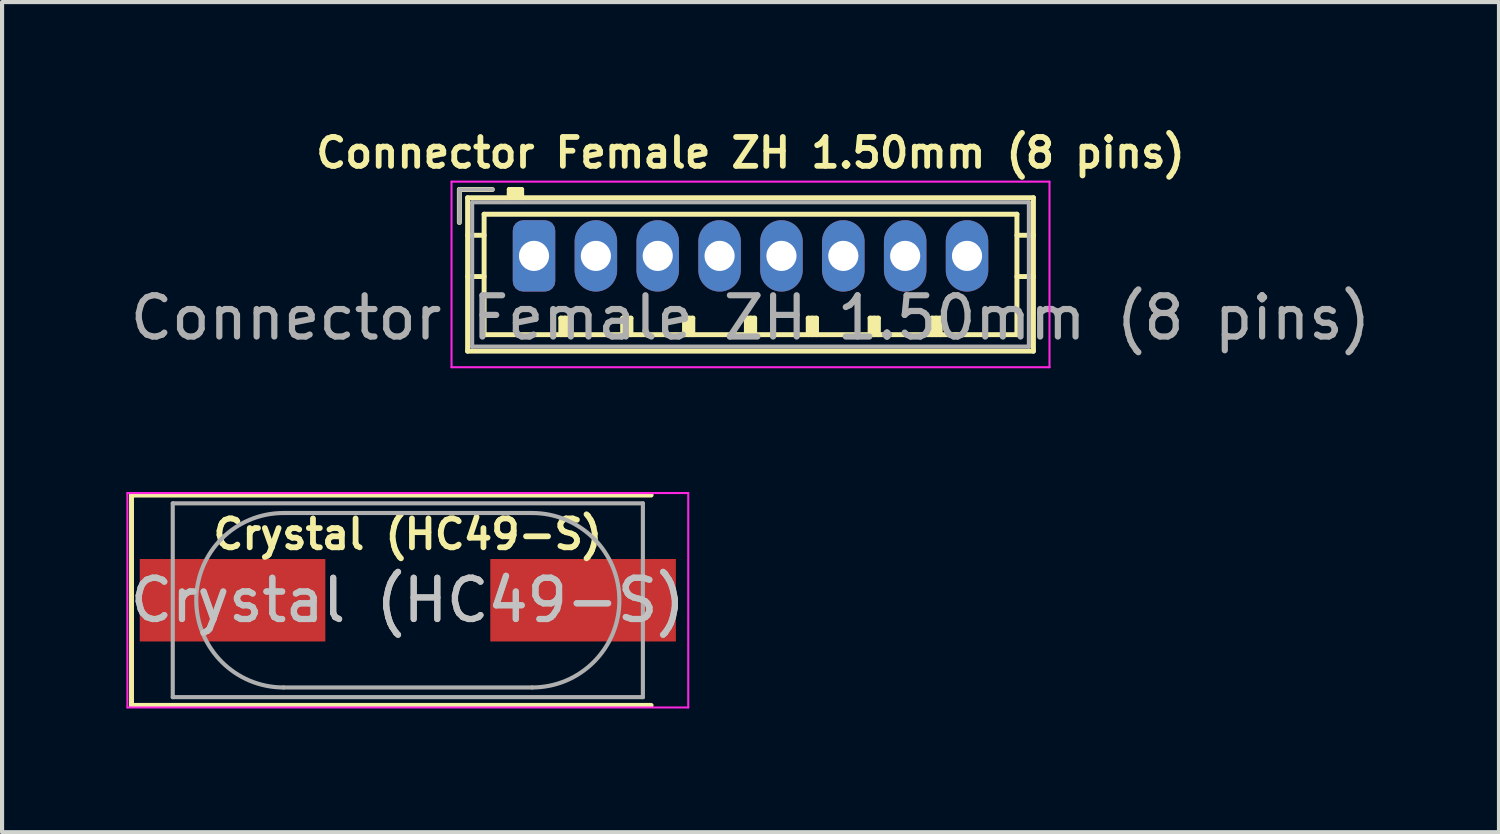
<source format=kicad_pcb>
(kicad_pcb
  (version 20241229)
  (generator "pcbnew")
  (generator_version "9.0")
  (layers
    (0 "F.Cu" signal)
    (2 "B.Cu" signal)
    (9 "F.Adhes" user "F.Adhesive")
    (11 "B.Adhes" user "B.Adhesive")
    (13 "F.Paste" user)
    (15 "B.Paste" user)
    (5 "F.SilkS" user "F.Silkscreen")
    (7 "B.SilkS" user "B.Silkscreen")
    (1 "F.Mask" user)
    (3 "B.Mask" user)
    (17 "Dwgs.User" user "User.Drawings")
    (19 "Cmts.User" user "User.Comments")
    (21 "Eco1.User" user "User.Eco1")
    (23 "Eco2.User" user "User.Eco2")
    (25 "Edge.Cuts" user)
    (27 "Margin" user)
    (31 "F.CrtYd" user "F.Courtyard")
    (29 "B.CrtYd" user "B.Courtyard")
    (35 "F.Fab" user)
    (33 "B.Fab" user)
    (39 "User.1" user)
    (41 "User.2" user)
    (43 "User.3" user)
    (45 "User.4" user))
  (footprint "Crystal (HC49-S)"
    (layer "F.Cu")
    (at 6.839 11.505)
    (property "Reference" "Crystal (HC49-S)" (at 0 -1.6 0) (layer "F.SilkS") (effects (font (size 0.7 0.7) (thickness 0.14) (bold yes))))
    (property "Value" "Crystal (HC49-S)" (at 0 3.55 0) (layer "F.Fab") (hide yes) (effects (font (size 1 1) (thickness 0.15))))
    (attr smd)
    (fp_line (start -6.7 -2.55) (end -6.7 2.55) (stroke (width 0.12) (type solid)) (layer "F.SilkS"))
    (fp_line (start -6.7 2.55) (end 5.9 2.55) (stroke (width 0.12) (type solid)) (layer "F.SilkS"))
    (fp_line (start 5.9 -2.55) (end -6.7 -2.55) (stroke (width 0.12) (type solid)) (layer "F.SilkS"))
    (fp_line (start -6.8 -2.6) (end -6.8 2.6) (stroke (width 0.05) (type solid)) (layer "F.CrtYd"))
    (fp_line (start -6.8 2.6) (end 6.8 2.6) (stroke (width 0.05) (type solid)) (layer "F.CrtYd"))
    (fp_line (start 6.8 -2.6) (end -6.8 -2.6) (stroke (width 0.05) (type solid)) (layer "F.CrtYd"))
    (fp_line (start 6.8 2.6) (end 6.8 -2.6) (stroke (width 0.05) (type solid)) (layer "F.CrtYd"))
    (fp_line (start -5.7 -2.35) (end -5.7 2.35) (stroke (width 0.1) (type solid)) (layer "F.Fab"))
    (fp_line (start -5.7 2.35) (end 5.7 2.35) (stroke (width 0.1) (type solid)) (layer "F.Fab"))
    (fp_line (start -3.015 -2.115) (end 3.015 -2.115) (stroke (width 0.1) (type solid)) (layer "F.Fab"))
    (fp_line (start -3.015 2.115) (end 3.015 2.115) (stroke (width 0.1) (type solid)) (layer "F.Fab"))
    (fp_line (start 5.7 -2.35) (end -5.7 -2.35) (stroke (width 0.1) (type solid)) (layer "F.Fab"))
    (fp_line (start 5.7 2.35) (end 5.7 -2.35) (stroke (width 0.1) (type solid)) (layer "F.Fab"))
    (fp_arc (start -3.015 2.115) (mid -5.13 0) (end -3.015 -2.115) (stroke (width 0.1) (type solid)) (layer "F.Fab"))
    (fp_arc (start 3.015 -2.115) (mid 5.13 0) (end 3.015 2.115) (stroke (width 0.1) (type solid)) (layer "F.Fab"))
    (fp_text user "${VALUE}" (at 0 0 0) (layer "Dwgs.User") (effects (font (size 1 1) (thickness 0.15))))
    (fp_text user "${REFERENCE}" (at 0 0 0) (layer "F.Fab") (effects (font (size 1 1) (thickness 0.15))))
    (pad "1" smd rect (at -4.25 0) (size 4.5 2) (layers "F.Cu" "F.Mask" "F.Paste"))
    (pad "2" smd rect (at 4.25 0) (size 4.5 2) (layers "F.Cu" "F.Mask" "F.Paste")))
  (footprint "Connector Female ZH 1.50mm (8 pins)"
    (layer "F.Cu")
    (at 9.899 3.155)
    (property "Reference" "Connector Female ZH 1.50mm (8 pins)" (at 5.25 -2.5 0) (layer "F.SilkS") (effects (font (size 0.7 0.7) (thickness 0.14) (bold yes))))
    (attr through_hole)
    (fp_line (start -1.81 -1.61) (end -1.81 -0.81) (stroke (width 0.12) (type solid)) (layer "F.SilkS"))
    (fp_line (start -1.61 -1.41) (end -1.61 2.31) (stroke (width 0.12) (type solid)) (layer "F.SilkS"))
    (fp_line (start -1.61 -0.5) (end -1.21 -0.5) (stroke (width 0.12) (type solid)) (layer "F.SilkS"))
    (fp_line (start -1.61 0.5) (end -1.21 0.5) (stroke (width 0.12) (type solid)) (layer "F.SilkS"))
    (fp_line (start -1.61 2.31) (end 12.11 2.31) (stroke (width 0.12) (type solid)) (layer "F.SilkS"))
    (fp_line (start -1.21 -1.01) (end -1.21 1.91) (stroke (width 0.12) (type solid)) (layer "F.SilkS"))
    (fp_line (start -1.21 1.91) (end 11.71 1.91) (stroke (width 0.12) (type solid)) (layer "F.SilkS"))
    (fp_line (start -1.01 -1.61) (end -1.81 -1.61) (stroke (width 0.12) (type solid)) (layer "F.SilkS"))
    (fp_line (start -0.6 -1.61) (end -0.6 -1.41) (stroke (width 0.12) (type solid)) (layer "F.SilkS"))
    (fp_line (start -0.3 -1.61) (end -0.6 -1.61) (stroke (width 0.12) (type solid)) (layer "F.SilkS"))
    (fp_line (start -0.3 -1.51) (end -0.6 -1.51) (stroke (width 0.12) (type solid)) (layer "F.SilkS"))
    (fp_line (start -0.3 -1.41) (end -0.3 -1.61) (stroke (width 0.12) (type solid)) (layer "F.SilkS"))
    (fp_line (start 0.65 1.51) (end 0.85 1.51) (stroke (width 0.12) (type solid)) (layer "F.SilkS"))
    (fp_line (start 0.65 1.91) (end 0.65 1.51) (stroke (width 0.12) (type solid)) (layer "F.SilkS"))
    (fp_line (start 0.75 1.91) (end 0.75 1.51) (stroke (width 0.12) (type solid)) (layer "F.SilkS"))
    (fp_line (start 0.85 1.51) (end 0.85 1.91) (stroke (width 0.12) (type solid)) (layer "F.SilkS"))
    (fp_line (start 2.15 1.51) (end 2.35 1.51) (stroke (width 0.12) (type solid)) (layer "F.SilkS"))
    (fp_line (start 2.15 1.91) (end 2.15 1.51) (stroke (width 0.12) (type solid)) (layer "F.SilkS"))
    (fp_line (start 2.25 1.91) (end 2.25 1.51) (stroke (width 0.12) (type solid)) (layer "F.SilkS"))
    (fp_line (start 2.35 1.51) (end 2.35 1.91) (stroke (width 0.12) (type solid)) (layer "F.SilkS"))
    (fp_line (start 3.65 1.51) (end 3.85 1.51) (stroke (width 0.12) (type solid)) (layer "F.SilkS"))
    (fp_line (start 3.65 1.91) (end 3.65 1.51) (stroke (width 0.12) (type solid)) (layer "F.SilkS"))
    (fp_line (start 3.75 1.91) (end 3.75 1.51) (stroke (width 0.12) (type solid)) (layer "F.SilkS"))
    (fp_line (start 3.85 1.51) (end 3.85 1.91) (stroke (width 0.12) (type solid)) (layer "F.SilkS"))
    (fp_line (start 5.15 1.51) (end 5.35 1.51) (stroke (width 0.12) (type solid)) (layer "F.SilkS"))
    (fp_line (start 5.15 1.91) (end 5.15 1.51) (stroke (width 0.12) (type solid)) (layer "F.SilkS"))
    (fp_line (start 5.25 1.91) (end 5.25 1.51) (stroke (width 0.12) (type solid)) (layer "F.SilkS"))
    (fp_line (start 5.35 1.51) (end 5.35 1.91) (stroke (width 0.12) (type solid)) (layer "F.SilkS"))
    (fp_line (start 6.65 1.51) (end 6.85 1.51) (stroke (width 0.12) (type solid)) (layer "F.SilkS"))
    (fp_line (start 6.65 1.91) (end 6.65 1.51) (stroke (width 0.12) (type solid)) (layer "F.SilkS"))
    (fp_line (start 6.75 1.91) (end 6.75 1.51) (stroke (width 0.12) (type solid)) (layer "F.SilkS"))
    (fp_line (start 6.85 1.51) (end 6.85 1.91) (stroke (width 0.12) (type solid)) (layer "F.SilkS"))
    (fp_line (start 8.15 1.51) (end 8.35 1.51) (stroke (width 0.12) (type solid)) (layer "F.SilkS"))
    (fp_line (start 8.15 1.91) (end 8.15 1.51) (stroke (width 0.12) (type solid)) (layer "F.SilkS"))
    (fp_line (start 8.25 1.91) (end 8.25 1.51) (stroke (width 0.12) (type solid)) (layer "F.SilkS"))
    (fp_line (start 8.35 1.51) (end 8.35 1.91) (stroke (width 0.12) (type solid)) (layer "F.SilkS"))
    (fp_line (start 9.65 1.51) (end 9.85 1.51) (stroke (width 0.12) (type solid)) (layer "F.SilkS"))
    (fp_line (start 9.65 1.91) (end 9.65 1.51) (stroke (width 0.12) (type solid)) (layer "F.SilkS"))
    (fp_line (start 9.75 1.91) (end 9.75 1.51) (stroke (width 0.12) (type solid)) (layer "F.SilkS"))
    (fp_line (start 9.85 1.51) (end 9.85 1.91) (stroke (width 0.12) (type solid)) (layer "F.SilkS"))
    (fp_line (start 11.71 -1.01) (end -1.21 -1.01) (stroke (width 0.12) (type solid)) (layer "F.SilkS"))
    (fp_line (start 11.71 1.91) (end 11.71 -1.01) (stroke (width 0.12) (type solid)) (layer "F.SilkS"))
    (fp_line (start 12.11 -1.41) (end -1.61 -1.41) (stroke (width 0.12) (type solid)) (layer "F.SilkS"))
    (fp_line (start 12.11 -0.5) (end 11.71 -0.5) (stroke (width 0.12) (type solid)) (layer "F.SilkS"))
    (fp_line (start 12.11 0.5) (end 11.71 0.5) (stroke (width 0.12) (type solid)) (layer "F.SilkS"))
    (fp_line (start 12.11 2.31) (end 12.11 -1.41) (stroke (width 0.12) (type solid)) (layer "F.SilkS"))
    (fp_line (start -2 -1.8) (end -2 2.7) (stroke (width 0.05) (type solid)) (layer "F.CrtYd"))
    (fp_line (start -2 2.7) (end 12.5 2.7) (stroke (width 0.05) (type solid)) (layer "F.CrtYd"))
    (fp_line (start 12.5 -1.8) (end -2 -1.8) (stroke (width 0.05) (type solid)) (layer "F.CrtYd"))
    (fp_line (start 12.5 2.7) (end 12.5 -1.8) (stroke (width 0.05) (type solid)) (layer "F.CrtYd"))
    (fp_line (start -1.81 -1.61) (end -1.81 -0.81) (stroke (width 0.1) (type solid)) (layer "F.Fab"))
    (fp_line (start -1.5 -1.3) (end -1.5 2.2) (stroke (width 0.1) (type solid)) (layer "F.Fab"))
    (fp_line (start -1.5 2.2) (end 12 2.2) (stroke (width 0.1) (type solid)) (layer "F.Fab"))
    (fp_line (start -1.01 -1.61) (end -1.81 -1.61) (stroke (width 0.1) (type solid)) (layer "F.Fab"))
    (fp_line (start 12 -1.3) (end -1.5 -1.3) (stroke (width 0.1) (type solid)) (layer "F.Fab"))
    (fp_line (start 12 2.2) (end 12 -1.3) (stroke (width 0.1) (type solid)) (layer "F.Fab"))
    (fp_text user "${REFERENCE}" (at 5.25 1.5 0) (layer "F.Fab") (effects (font (size 1 1) (thickness 0.15))))
    (pad "1" thru_hole roundrect (at 0 0) (size 1.03 1.73) (drill 0.73) (layers "*.Cu" "*.Mask") (roundrect_rratio 0.243))
    (pad "2" thru_hole oval (at 1.5 0) (size 1.03 1.73) (drill 0.73) (layers "*.Cu" "*.Mask"))
    (pad "3" thru_hole oval (at 3 0) (size 1.03 1.73) (drill 0.73) (layers "*.Cu" "*.Mask"))
    (pad "4" thru_hole oval (at 4.5 0) (size 1.03 1.73) (drill 0.73) (layers "*.Cu" "*.Mask"))
    (pad "5" thru_hole oval (at 6 0) (size 1.03 1.73) (drill 0.73) (layers "*.Cu" "*.Mask"))
    (pad "6" thru_hole oval (at 7.5 0) (size 1.03 1.73) (drill 0.73) (layers "*.Cu" "*.Mask"))
    (pad "7" thru_hole oval (at 9 0) (size 1.03 1.73) (drill 0.73) (layers "*.Cu" "*.Mask"))
    (pad "8" thru_hole oval (at 10.5 0) (size 1.03 1.73) (drill 0.73) (layers "*.Cu" "*.Mask")))
  (gr_rect
    (start -3 -3)
    (end 33.298 17.13)
    (stroke (width 0.1) (type default))
    (fill no)
    (layer "Edge.Cuts")))
</source>
